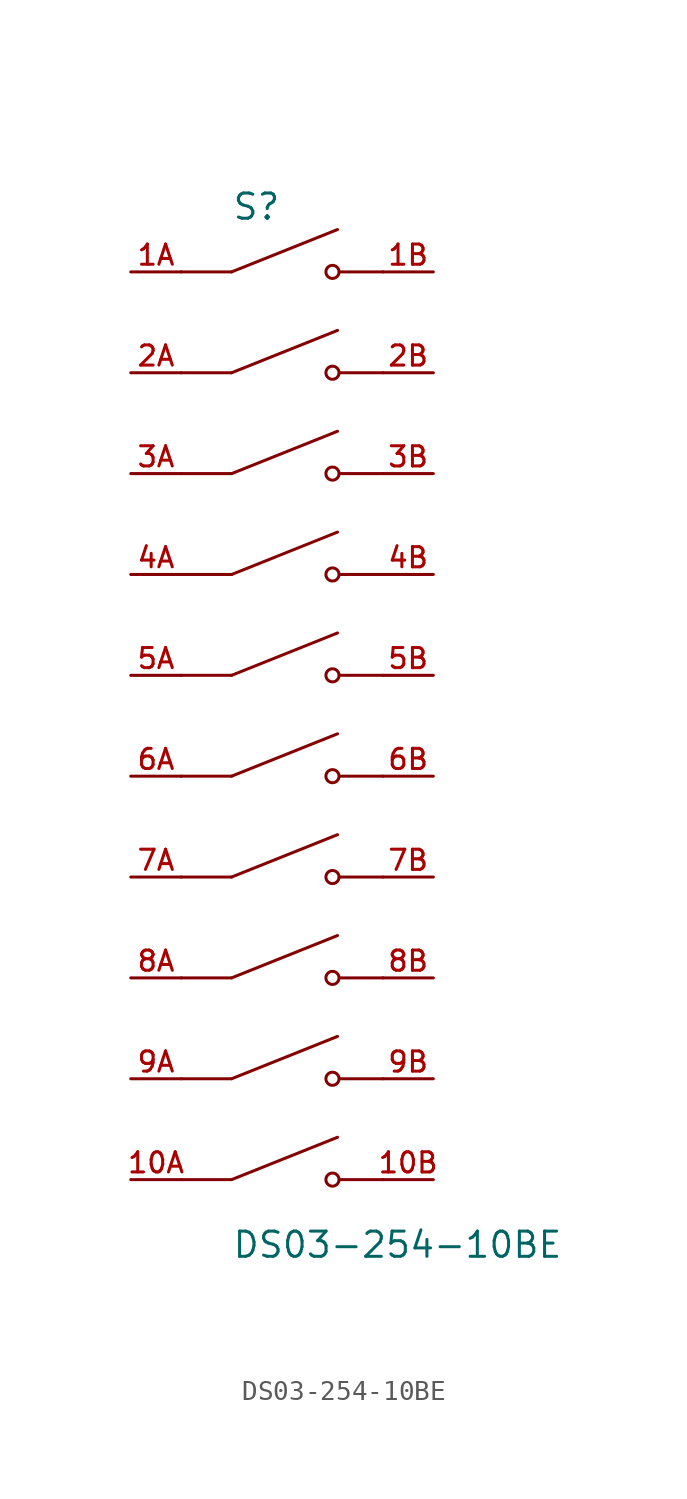
<source format=kicad_sym>
(kicad_symbol_lib
  (version 20211014)
  (generator kicad_symbol_editor)
  (symbol "DS03-254-10BE"
    (pin_names
      (offset 1.016))
    (property "Reference" "S"
      (at -2.54 25.4 0)
      (effects (font (size 1.27 1.27)) (justify bottom left)))
    (property "Value" "DS03-254-10BE"
      (at -2.54 -25.4 0)
      (effects (font (size 1.27 1.27)) (justify top left)))
    (symbol "DS03-254-10BE_0_0"
      (polyline (pts (xy -2.54 22.86) (xy 2.794 24.994)) (stroke (width 0.152)))
      (circle (center 2.54 22.86) (radius 0.33) (stroke (width 0.152)) (fill (type none)))
      (polyline (pts (xy 5.08 22.86) (xy 2.921 22.86)) (stroke (width 0.152)))
      (polyline (pts (xy -2.54 22.86) (xy -5.08 22.86)) (stroke (width 0.152)))
      (polyline (pts (xy -2.54 17.78) (xy 2.794 19.914)) (stroke (width 0.152)))
      (circle (center 2.54 17.78) (radius 0.33) (stroke (width 0.152)) (fill (type none)))
      (polyline (pts (xy 5.08 17.78) (xy 2.921 17.78)) (stroke (width 0.152)))
      (polyline (pts (xy -2.54 17.78) (xy -5.08 17.78)) (stroke (width 0.152)))
      (polyline (pts (xy -2.54 12.7) (xy 2.794 14.834)) (stroke (width 0.152)))
      (circle (center 2.54 12.7) (radius 0.33) (stroke (width 0.152)) (fill (type none)))
      (polyline (pts (xy 5.08 12.7) (xy 2.921 12.7)) (stroke (width 0.152)))
      (polyline (pts (xy -2.54 12.7) (xy -5.08 12.7)) (stroke (width 0.152)))
      (polyline (pts (xy -2.54 7.62) (xy 2.794 9.754)) (stroke (width 0.152)))
      (circle (center 2.54 7.62) (radius 0.33) (stroke (width 0.152)) (fill (type none)))
      (polyline (pts (xy 5.08 7.62) (xy 2.921 7.62)) (stroke (width 0.152)))
      (polyline (pts (xy -2.54 7.62) (xy -5.08 7.62)) (stroke (width 0.152)))
      (polyline (pts (xy -2.54 2.54) (xy 2.794 4.674)) (stroke (width 0.152)))
      (circle (center 2.54 2.54) (radius 0.33) (stroke (width 0.152)) (fill (type none)))
      (polyline (pts (xy 5.08 2.54) (xy 2.921 2.54)) (stroke (width 0.152)))
      (polyline (pts (xy -2.54 2.54) (xy -5.08 2.54)) (stroke (width 0.152)))
      (polyline (pts (xy -2.54 -2.54) (xy 2.794 -0.406)) (stroke (width 0.152)))
      (circle (center 2.54 -2.54) (radius 0.33) (stroke (width 0.152)) (fill (type none)))
      (polyline (pts (xy 5.08 -2.54) (xy 2.921 -2.54)) (stroke (width 0.152)))
      (polyline (pts (xy -2.54 -2.54) (xy -5.08 -2.54)) (stroke (width 0.152)))
      (polyline (pts (xy -2.54 -7.62) (xy 2.794 -5.486)) (stroke (width 0.152)))
      (circle (center 2.54 -7.62) (radius 0.33) (stroke (width 0.152)) (fill (type none)))
      (polyline (pts (xy 5.08 -7.62) (xy 2.921 -7.62)) (stroke (width 0.152)))
      (polyline (pts (xy -2.54 -7.62) (xy -5.08 -7.62)) (stroke (width 0.152)))
      (polyline (pts (xy -2.54 -12.7) (xy 2.794 -10.566)) (stroke (width 0.152)))
      (circle (center 2.54 -12.7) (radius 0.33) (stroke (width 0.152)) (fill (type none)))
      (polyline (pts (xy 5.08 -12.7) (xy 2.921 -12.7)) (stroke (width 0.152)))
      (polyline (pts (xy -2.54 -12.7) (xy -5.08 -12.7)) (stroke (width 0.152)))
      (polyline (pts (xy -2.54 -17.78) (xy 2.794 -15.646)) (stroke (width 0.152)))
      (circle (center 2.54 -17.78) (radius 0.33) (stroke (width 0.152)) (fill (type none)))
      (polyline (pts (xy 5.08 -17.78) (xy 2.921 -17.78)) (stroke (width 0.152)))
      (polyline (pts (xy -2.54 -17.78) (xy -5.08 -17.78)) (stroke (width 0.152)))
      (polyline (pts (xy -2.54 -22.86) (xy 2.794 -20.726)) (stroke (width 0.152)))
      (circle (center 2.54 -22.86) (radius 0.33) (stroke (width 0.152)) (fill (type none)))
      (polyline (pts (xy 5.08 -22.86) (xy 2.921 -22.86)) (stroke (width 0.152)))
      (polyline (pts (xy -2.54 -22.86) (xy -5.08 -22.86)) (stroke (width 0.152)))
      (pin passive line (at -7.62 22.86 0) (length 2.54) (name "~" (effects (font (size 1.016 1.016)))) (number "1A" (effects (font (size 1.016 1.016)))))
      (pin passive line (at 7.62 22.86 180.0) (length 2.54) (name "~" (effects (font (size 1.016 1.016)))) (number "1B" (effects (font (size 1.016 1.016)))))
      (pin passive line (at -7.62 17.78 0) (length 2.54) (name "~" (effects (font (size 1.016 1.016)))) (number "2A" (effects (font (size 1.016 1.016)))))
      (pin passive line (at 7.62 17.78 180.0) (length 2.54) (name "~" (effects (font (size 1.016 1.016)))) (number "2B" (effects (font (size 1.016 1.016)))))
      (pin passive line (at -7.62 12.7 0) (length 2.54) (name "~" (effects (font (size 1.016 1.016)))) (number "3A" (effects (font (size 1.016 1.016)))))
      (pin passive line (at 7.62 12.7 180.0) (length 2.54) (name "~" (effects (font (size 1.016 1.016)))) (number "3B" (effects (font (size 1.016 1.016)))))
      (pin passive line (at -7.62 7.62 0) (length 2.54) (name "~" (effects (font (size 1.016 1.016)))) (number "4A" (effects (font (size 1.016 1.016)))))
      (pin passive line (at 7.62 7.62 180.0) (length 2.54) (name "~" (effects (font (size 1.016 1.016)))) (number "4B" (effects (font (size 1.016 1.016)))))
      (pin passive line (at -7.62 2.54 0) (length 2.54) (name "~" (effects (font (size 1.016 1.016)))) (number "5A" (effects (font (size 1.016 1.016)))))
      (pin passive line (at 7.62 2.54 180.0) (length 2.54) (name "~" (effects (font (size 1.016 1.016)))) (number "5B" (effects (font (size 1.016 1.016)))))
      (pin passive line (at -7.62 -2.54 0) (length 2.54) (name "~" (effects (font (size 1.016 1.016)))) (number "6A" (effects (font (size 1.016 1.016)))))
      (pin passive line (at 7.62 -2.54 180.0) (length 2.54) (name "~" (effects (font (size 1.016 1.016)))) (number "6B" (effects (font (size 1.016 1.016)))))
      (pin passive line (at -7.62 -7.62 0) (length 2.54) (name "~" (effects (font (size 1.016 1.016)))) (number "7A" (effects (font (size 1.016 1.016)))))
      (pin passive line (at 7.62 -7.62 180.0) (length 2.54) (name "~" (effects (font (size 1.016 1.016)))) (number "7B" (effects (font (size 1.016 1.016)))))
      (pin passive line (at -7.62 -12.7 0) (length 2.54) (name "~" (effects (font (size 1.016 1.016)))) (number "8A" (effects (font (size 1.016 1.016)))))
      (pin passive line (at 7.62 -12.7 180.0) (length 2.54) (name "~" (effects (font (size 1.016 1.016)))) (number "8B" (effects (font (size 1.016 1.016)))))
      (pin passive line (at -7.62 -17.78 0) (length 2.54) (name "~" (effects (font (size 1.016 1.016)))) (number "9A" (effects (font (size 1.016 1.016)))))
      (pin passive line (at 7.62 -17.78 180.0) (length 2.54) (name "~" (effects (font (size 1.016 1.016)))) (number "9B" (effects (font (size 1.016 1.016)))))
      (pin passive line (at -7.62 -22.86 0) (length 2.54) (name "~" (effects (font (size 1.016 1.016)))) (number "10A" (effects (font (size 1.016 1.016)))))
      (pin passive line (at 7.62 -22.86 180.0) (length 2.54) (name "~" (effects (font (size 1.016 1.016)))) (number "10B" (effects (font (size 1.016 1.016))))))))
</source>
